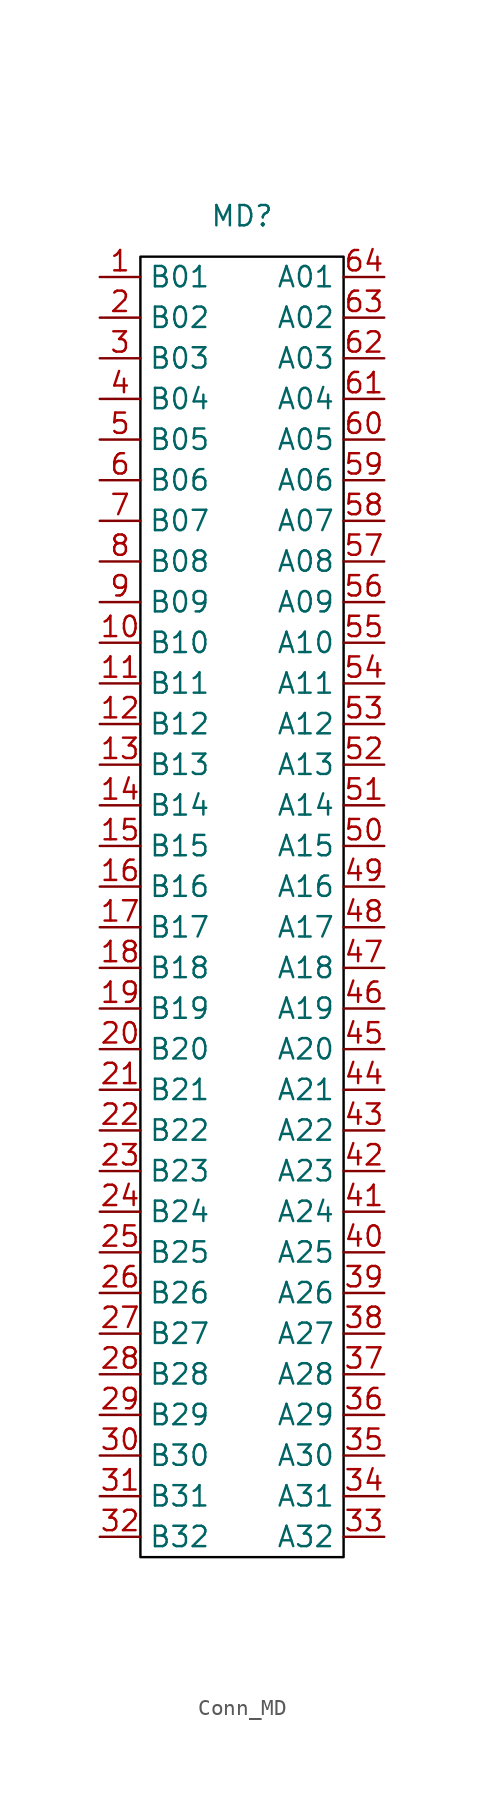
<source format=kicad_sym>
(kicad_symbol_lib
  (version 20231120)
  (generator "kicad_symbol_editor")
  (generator_version "8.0")
  (symbol "Conn_MD"
    (property "Reference" "MD"
      (at 0 5.08 0)
      (effects (font (size 1.27 1.27))))
    (property "Value" ""
      (at 0 0 0)
      (effects (font (size 1.27 1.27))))
    (symbol "Conn_MD_1_1"
      (rectangle (start -6.35 2.54) (end 6.35 -78.74) (stroke (width 0) (type default) (color 0 0 0 1)) (fill (type none)))
      (pin unspecified line (at -8.89 1.27 0) (length 2.54) (name "B01" (effects (font (size 1.27 1.27)))) (number "1" (effects (font (size 1.27 1.27)))))
      (pin unspecified line (at -8.89 -21.59 0) (length 2.54) (name "B10" (effects (font (size 1.27 1.27)))) (number "10" (effects (font (size 1.27 1.27)))))
      (pin unspecified line (at -8.89 -24.13 0) (length 2.54) (name "B11" (effects (font (size 1.27 1.27)))) (number "11" (effects (font (size 1.27 1.27)))))
      (pin unspecified line (at -8.89 -26.67 0) (length 2.54) (name "B12" (effects (font (size 1.27 1.27)))) (number "12" (effects (font (size 1.27 1.27)))))
      (pin unspecified line (at -8.89 -29.21 0) (length 2.54) (name "B13" (effects (font (size 1.27 1.27)))) (number "13" (effects (font (size 1.27 1.27)))))
      (pin unspecified line (at -8.89 -31.75 0) (length 2.54) (name "B14" (effects (font (size 1.27 1.27)))) (number "14" (effects (font (size 1.27 1.27)))))
      (pin unspecified line (at -8.89 -34.29 0) (length 2.54) (name "B15" (effects (font (size 1.27 1.27)))) (number "15" (effects (font (size 1.27 1.27)))))
      (pin unspecified line (at -8.89 -36.83 0) (length 2.54) (name "B16" (effects (font (size 1.27 1.27)))) (number "16" (effects (font (size 1.27 1.27)))))
      (pin unspecified line (at -8.89 -39.37 0) (length 2.54) (name "B17" (effects (font (size 1.27 1.27)))) (number "17" (effects (font (size 1.27 1.27)))))
      (pin unspecified line (at -8.89 -41.91 0) (length 2.54) (name "B18" (effects (font (size 1.27 1.27)))) (number "18" (effects (font (size 1.27 1.27)))))
      (pin unspecified line (at -8.89 -44.45 0) (length 2.54) (name "B19" (effects (font (size 1.27 1.27)))) (number "19" (effects (font (size 1.27 1.27)))))
      (pin unspecified line (at -8.89 -1.27 0) (length 2.54) (name "B02" (effects (font (size 1.27 1.27)))) (number "2" (effects (font (size 1.27 1.27)))))
      (pin unspecified line (at -8.89 -46.99 0) (length 2.54) (name "B20" (effects (font (size 1.27 1.27)))) (number "20" (effects (font (size 1.27 1.27)))))
      (pin unspecified line (at -8.89 -49.53 0) (length 2.54) (name "B21" (effects (font (size 1.27 1.27)))) (number "21" (effects (font (size 1.27 1.27)))))
      (pin unspecified line (at -8.89 -52.07 0) (length 2.54) (name "B22" (effects (font (size 1.27 1.27)))) (number "22" (effects (font (size 1.27 1.27)))))
      (pin unspecified line (at -8.89 -54.61 0) (length 2.54) (name "B23" (effects (font (size 1.27 1.27)))) (number "23" (effects (font (size 1.27 1.27)))))
      (pin unspecified line (at -8.89 -57.15 0) (length 2.54) (name "B24" (effects (font (size 1.27 1.27)))) (number "24" (effects (font (size 1.27 1.27)))))
      (pin unspecified line (at -8.89 -59.69 0) (length 2.54) (name "B25" (effects (font (size 1.27 1.27)))) (number "25" (effects (font (size 1.27 1.27)))))
      (pin unspecified line (at -8.89 -62.23 0) (length 2.54) (name "B26" (effects (font (size 1.27 1.27)))) (number "26" (effects (font (size 1.27 1.27)))))
      (pin unspecified line (at -8.89 -64.77 0) (length 2.54) (name "B27" (effects (font (size 1.27 1.27)))) (number "27" (effects (font (size 1.27 1.27)))))
      (pin unspecified line (at -8.89 -67.31 0) (length 2.54) (name "B28" (effects (font (size 1.27 1.27)))) (number "28" (effects (font (size 1.27 1.27)))))
      (pin unspecified line (at -8.89 -69.85 0) (length 2.54) (name "B29" (effects (font (size 1.27 1.27)))) (number "29" (effects (font (size 1.27 1.27)))))
      (pin unspecified line (at -8.89 -3.81 0) (length 2.54) (name "B03" (effects (font (size 1.27 1.27)))) (number "3" (effects (font (size 1.27 1.27)))))
      (pin unspecified line (at -8.89 -72.39 0) (length 2.54) (name "B30" (effects (font (size 1.27 1.27)))) (number "30" (effects (font (size 1.27 1.27)))))
      (pin unspecified line (at -8.89 -74.93 0) (length 2.54) (name "B31" (effects (font (size 1.27 1.27)))) (number "31" (effects (font (size 1.27 1.27)))))
      (pin unspecified line (at -8.89 -77.47 0) (length 2.54) (name "B32" (effects (font (size 1.27 1.27)))) (number "32" (effects (font (size 1.27 1.27)))))
      (pin unspecified line (at 8.89 -77.47 180) (length 2.54) (name "A32" (effects (font (size 1.27 1.27)))) (number "33" (effects (font (size 1.27 1.27)))))
      (pin unspecified line (at 8.89 -74.93 180) (length 2.54) (name "A31" (effects (font (size 1.27 1.27)))) (number "34" (effects (font (size 1.27 1.27)))))
      (pin unspecified line (at 8.89 -72.39 180) (length 2.54) (name "A30" (effects (font (size 1.27 1.27)))) (number "35" (effects (font (size 1.27 1.27)))))
      (pin unspecified line (at 8.89 -69.85 180) (length 2.54) (name "A29" (effects (font (size 1.27 1.27)))) (number "36" (effects (font (size 1.27 1.27)))))
      (pin unspecified line (at 8.89 -67.31 180) (length 2.54) (name "A28" (effects (font (size 1.27 1.27)))) (number "37" (effects (font (size 1.27 1.27)))))
      (pin unspecified line (at 8.89 -64.77 180) (length 2.54) (name "A27" (effects (font (size 1.27 1.27)))) (number "38" (effects (font (size 1.27 1.27)))))
      (pin unspecified line (at 8.89 -62.23 180) (length 2.54) (name "A26" (effects (font (size 1.27 1.27)))) (number "39" (effects (font (size 1.27 1.27)))))
      (pin unspecified line (at -8.89 -6.35 0) (length 2.54) (name "B04" (effects (font (size 1.27 1.27)))) (number "4" (effects (font (size 1.27 1.27)))))
      (pin unspecified line (at 8.89 -59.69 180) (length 2.54) (name "A25" (effects (font (size 1.27 1.27)))) (number "40" (effects (font (size 1.27 1.27)))))
      (pin unspecified line (at 8.89 -57.15 180) (length 2.54) (name "A24" (effects (font (size 1.27 1.27)))) (number "41" (effects (font (size 1.27 1.27)))))
      (pin unspecified line (at 8.89 -54.61 180) (length 2.54) (name "A23" (effects (font (size 1.27 1.27)))) (number "42" (effects (font (size 1.27 1.27)))))
      (pin unspecified line (at 8.89 -52.07 180) (length 2.54) (name "A22" (effects (font (size 1.27 1.27)))) (number "43" (effects (font (size 1.27 1.27)))))
      (pin unspecified line (at 8.89 -49.53 180) (length 2.54) (name "A21" (effects (font (size 1.27 1.27)))) (number "44" (effects (font (size 1.27 1.27)))))
      (pin unspecified line (at 8.89 -46.99 180) (length 2.54) (name "A20" (effects (font (size 1.27 1.27)))) (number "45" (effects (font (size 1.27 1.27)))))
      (pin unspecified line (at 8.89 -44.45 180) (length 2.54) (name "A19" (effects (font (size 1.27 1.27)))) (number "46" (effects (font (size 1.27 1.27)))))
      (pin unspecified line (at 8.89 -41.91 180) (length 2.54) (name "A18" (effects (font (size 1.27 1.27)))) (number "47" (effects (font (size 1.27 1.27)))))
      (pin unspecified line (at 8.89 -39.37 180) (length 2.54) (name "A17" (effects (font (size 1.27 1.27)))) (number "48" (effects (font (size 1.27 1.27)))))
      (pin unspecified line (at 8.89 -36.83 180) (length 2.54) (name "A16" (effects (font (size 1.27 1.27)))) (number "49" (effects (font (size 1.27 1.27)))))
      (pin unspecified line (at -8.89 -8.89 0) (length 2.54) (name "B05" (effects (font (size 1.27 1.27)))) (number "5" (effects (font (size 1.27 1.27)))))
      (pin unspecified line (at 8.89 -34.29 180) (length 2.54) (name "A15" (effects (font (size 1.27 1.27)))) (number "50" (effects (font (size 1.27 1.27)))))
      (pin unspecified line (at 8.89 -31.75 180) (length 2.54) (name "A14" (effects (font (size 1.27 1.27)))) (number "51" (effects (font (size 1.27 1.27)))))
      (pin unspecified line (at 8.89 -29.21 180) (length 2.54) (name "A13" (effects (font (size 1.27 1.27)))) (number "52" (effects (font (size 1.27 1.27)))))
      (pin unspecified line (at 8.89 -26.67 180) (length 2.54) (name "A12" (effects (font (size 1.27 1.27)))) (number "53" (effects (font (size 1.27 1.27)))))
      (pin unspecified line (at 8.89 -24.13 180) (length 2.54) (name "A11" (effects (font (size 1.27 1.27)))) (number "54" (effects (font (size 1.27 1.27)))))
      (pin unspecified line (at 8.89 -21.59 180) (length 2.54) (name "A10" (effects (font (size 1.27 1.27)))) (number "55" (effects (font (size 1.27 1.27)))))
      (pin unspecified line (at 8.89 -19.05 180) (length 2.54) (name "A09" (effects (font (size 1.27 1.27)))) (number "56" (effects (font (size 1.27 1.27)))))
      (pin unspecified line (at 8.89 -16.51 180) (length 2.54) (name "A08" (effects (font (size 1.27 1.27)))) (number "57" (effects (font (size 1.27 1.27)))))
      (pin unspecified line (at 8.89 -13.97 180) (length 2.54) (name "A07" (effects (font (size 1.27 1.27)))) (number "58" (effects (font (size 1.27 1.27)))))
      (pin unspecified line (at 8.89 -11.43 180) (length 2.54) (name "A06" (effects (font (size 1.27 1.27)))) (number "59" (effects (font (size 1.27 1.27)))))
      (pin unspecified line (at -8.89 -11.43 0) (length 2.54) (name "B06" (effects (font (size 1.27 1.27)))) (number "6" (effects (font (size 1.27 1.27)))))
      (pin unspecified line (at 8.89 -8.89 180) (length 2.54) (name "A05" (effects (font (size 1.27 1.27)))) (number "60" (effects (font (size 1.27 1.27)))))
      (pin unspecified line (at 8.89 -6.35 180) (length 2.54) (name "A04" (effects (font (size 1.27 1.27)))) (number "61" (effects (font (size 1.27 1.27)))))
      (pin unspecified line (at 8.89 -3.81 180) (length 2.54) (name "A03" (effects (font (size 1.27 1.27)))) (number "62" (effects (font (size 1.27 1.27)))))
      (pin unspecified line (at 8.89 -1.27 180) (length 2.54) (name "A02" (effects (font (size 1.27 1.27)))) (number "63" (effects (font (size 1.27 1.27)))))
      (pin unspecified line (at 8.89 1.27 180) (length 2.54) (name "A01" (effects (font (size 1.27 1.27)))) (number "64" (effects (font (size 1.27 1.27)))))
      (pin unspecified line (at -8.89 -13.97 0) (length 2.54) (name "B07" (effects (font (size 1.27 1.27)))) (number "7" (effects (font (size 1.27 1.27)))))
      (pin unspecified line (at -8.89 -16.51 0) (length 2.54) (name "B08" (effects (font (size 1.27 1.27)))) (number "8" (effects (font (size 1.27 1.27)))))
      (pin unspecified line (at -8.89 -19.05 0) (length 2.54) (name "B09" (effects (font (size 1.27 1.27)))) (number "9" (effects (font (size 1.27 1.27))))))))
</source>
